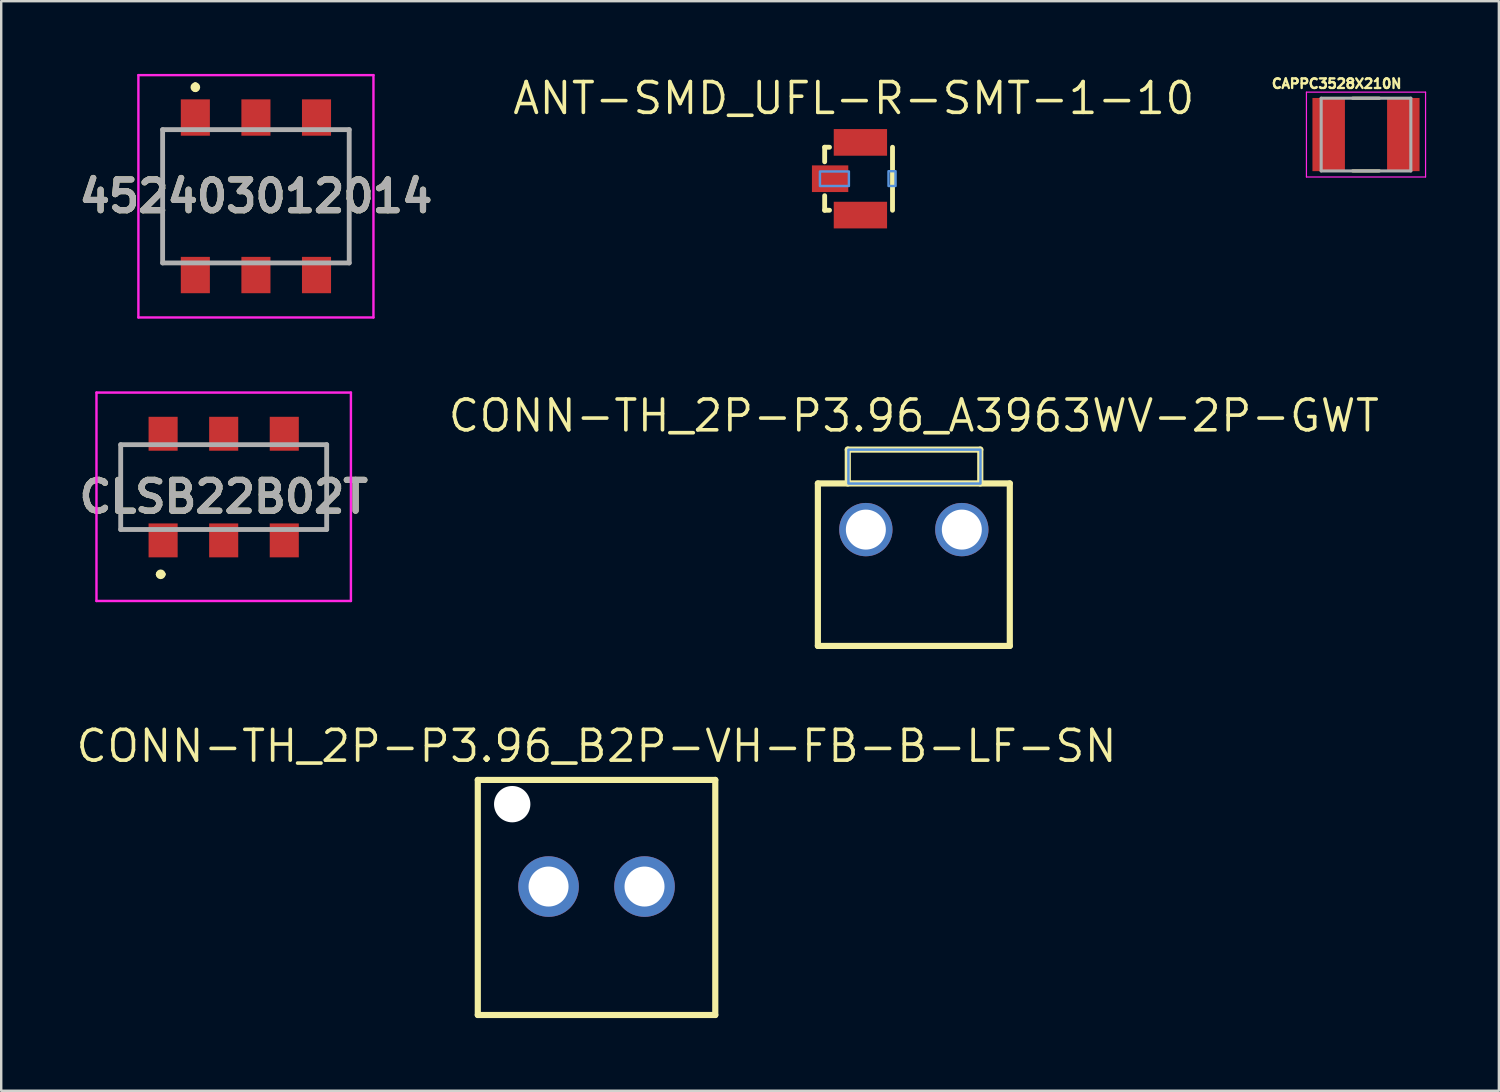
<source format=kicad_pcb>
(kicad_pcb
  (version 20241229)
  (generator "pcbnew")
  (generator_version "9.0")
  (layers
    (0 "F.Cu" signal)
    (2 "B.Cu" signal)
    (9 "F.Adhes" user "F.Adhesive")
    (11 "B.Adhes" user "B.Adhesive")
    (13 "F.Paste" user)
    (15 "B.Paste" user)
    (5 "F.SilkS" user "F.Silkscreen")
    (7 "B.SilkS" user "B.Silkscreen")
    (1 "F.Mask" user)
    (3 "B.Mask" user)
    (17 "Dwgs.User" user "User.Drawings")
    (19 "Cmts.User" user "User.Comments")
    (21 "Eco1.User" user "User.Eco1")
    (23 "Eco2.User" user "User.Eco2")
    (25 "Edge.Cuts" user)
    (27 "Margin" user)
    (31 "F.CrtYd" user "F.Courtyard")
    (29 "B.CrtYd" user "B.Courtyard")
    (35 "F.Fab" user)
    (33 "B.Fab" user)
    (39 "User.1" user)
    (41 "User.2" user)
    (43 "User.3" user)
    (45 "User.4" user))
  (footprint "CONN-TH_2P-P3.96_B2P-VH-FB-B-LF-SN"
    (layer "F.Cu")
    (at 21.567 33.535)
    (property "Reference" "CONN-TH_2P-P3.96_B2P-VH-FB-B-LF-SN" (at 0 -5.797 0) (layer "F.SilkS") (effects (font (size 1.27 1.27) (thickness 0.15))))
    (attr through_hole)
    (fp_line (start -4.9 -4.4) (end -4.9 5.3) (stroke (width 0.254) (type solid)) (layer "F.SilkS"))
    (fp_line (start -4.9 -4.4) (end 4.9 -4.4) (stroke (width 0.254) (type solid)) (layer "F.SilkS"))
    (fp_line (start -4.9 5.3) (end 4.9 5.3) (stroke (width 0.254) (type solid)) (layer "F.SilkS"))
    (fp_line (start 4.9 -4.4) (end 4.9 5.3) (stroke (width 0.254) (type solid)) (layer "F.SilkS"))
    (fp_text user "" (at 0 0 0) (layer "Cmts.User") (effects (font (size 1 1) (thickness 0.15))))
    (pad "" np_thru_hole circle (at -3.48 -3.4) (size 1.5 1.5) (drill 1.5) (layers "*.Cu" "*.Mask"))
    (pad "1" thru_hole circle (at -1.98 0) (size 2.5 2.5) (drill 1.65) (layers "*.Cu" "*.Paste" "*.Mask"))
    (pad "2" thru_hole circle (at 1.98 0) (size 2.5 2.5) (drill 1.65) (layers "*.Cu" "*.Paste" "*.Mask")))
  (footprint "CONN-TH_2P-P3.96_A3963WV-2P-GWT"
    (layer "F.Cu")
    (at 34.661 18.805)
    (property "Reference" "CONN-TH_2P-P3.96_A3963WV-2P-GWT" (at 0 -4.699 0) (layer "F.SilkS") (effects (font (size 1.27 1.27) (thickness 0.15))))
    (attr through_hole)
    (fp_line (start -3.96 4.8) (end -3.96 -1.905) (stroke (width 0.254) (type solid)) (layer "F.SilkS"))
    (fp_line (start -2.726 -3.302) (end 2.742 -3.302) (stroke (width 0.254) (type solid)) (layer "F.SilkS"))
    (fp_line (start -2.726 -1.905) (end -2.726 -3.302) (stroke (width 0.254) (type solid)) (layer "F.SilkS"))
    (fp_line (start 2.742 -3.302) (end 2.742 -1.905) (stroke (width 0.254) (type solid)) (layer "F.SilkS"))
    (fp_line (start 3.96 -1.905) (end -3.96 -1.905) (stroke (width 0.254) (type solid)) (layer "F.SilkS"))
    (fp_line (start 3.96 4.8) (end -3.96 4.8) (stroke (width 0.254) (type solid)) (layer "F.SilkS"))
    (fp_line (start 3.96 4.8) (end 3.96 -1.905) (stroke (width 0.254) (type solid)) (layer "F.SilkS"))
    (fp_poly (pts (xy -2.7 -1.9) (xy 2.75 -1.9) (xy 2.75 -3.3) (xy -2.7 -3.3)) (stroke (width 0.1) (type solid)) (fill no) (layer "Cmts.User"))
    (fp_text user "" (at 0 0 0) (layer "Cmts.User") (effects (font (size 1 1) (thickness 0.15))))
    (pad "1" thru_hole circle (at -1.98 0) (size 2.2 2.2) (drill 1.65) (layers "*.Cu" "*.Paste" "*.Mask"))
    (pad "2" thru_hole circle (at 1.98 0) (size 2.2 2.2) (drill 1.65) (layers "*.Cu" "*.Paste" "*.Mask")))
  (footprint "ANT-SMD_UFL-R-SMT-1-10"
    (layer "F.Cu")
    (at 31.831 4.326)
    (property "Reference" "ANT-SMD_UFL-R-SMT-1-10" (at 0.35 -3.32 0) (layer "F.SilkS") (effects (font (size 1.27 1.27) (thickness 0.15))))
    (attr smd)
    (fp_line (start -0.85 -1.3) (end -0.65 -1.3) (stroke (width 0.2) (type solid)) (layer "F.SilkS"))
    (fp_line (start -0.85 -0.7) (end -0.85 -1.3) (stroke (width 0.2) (type solid)) (layer "F.SilkS"))
    (fp_line (start -0.85 1.3) (end -0.85 0.7) (stroke (width 0.2) (type solid)) (layer "F.SilkS"))
    (fp_line (start -0.65 1.3) (end -0.85 1.3) (stroke (width 0.2) (type solid)) (layer "F.SilkS"))
    (fp_line (start 1.95 -1.3) (end 1.95 1.3) (stroke (width 0.2) (type solid)) (layer "F.SilkS"))
    (fp_poly (pts (xy -1.045 0.3) (xy -1.045 -0.3) (xy 0.15 -0.3) (xy 0.15 0.3)) (stroke (width 0.1) (type solid)) (fill no) (layer "Cmts.User"))
    (fp_poly (pts (xy 2.076 -0.312) (xy 2.076 0.3) (xy 1.785 0.3) (xy 1.784 -0.312) (xy 2.076 -0.312)) (stroke (width 0.1) (type solid)) (fill no) (layer "Cmts.User"))
    (fp_text user "" (at 0 0 0) (layer "Cmts.User") (effects (font (size 1 1) (thickness 0.15))))
    (pad "1" smd rect (at 0.625 -1.5 270) (size 1.1 2.2) (layers "F.Cu" "F.Mask" "F.Paste"))
    (pad "2" smd rect (at -0.625 -0.001) (size 1.5 1.1) (layers "F.Cu" "F.Mask" "F.Paste"))
    (pad "3" smd rect (at 0.625 1.5 270) (size 1.1 2.2) (layers "F.Cu" "F.Mask" "F.Paste")))
  (footprint "CAPPC3528X210N"
    (layer "F.Cu")
    (at 53.32 2.503)
    (property "Reference" "CAPPC3528X210N" (at -1.21 -2.1 0) (layer "F.SilkS") (effects (font (size 0.394 0.394) (thickness 0.15))))
    (attr smd)
    (fp_line (start -0.55 -1.5) (end 0.55 -1.5) (stroke (width 0.127) (type solid)) (layer "F.SilkS"))
    (fp_line (start -0.55 1.5) (end 0.55 1.5) (stroke (width 0.127) (type solid)) (layer "F.SilkS"))
    (fp_line (start -2.458 -1.75) (end 2.458 -1.75) (stroke (width 0.05) (type solid)) (layer "F.CrtYd"))
    (fp_line (start -2.458 1.75) (end -2.458 -1.75) (stroke (width 0.05) (type solid)) (layer "F.CrtYd"))
    (fp_line (start -2.458 1.75) (end 2.458 1.75) (stroke (width 0.05) (type solid)) (layer "F.CrtYd"))
    (fp_line (start 2.458 1.75) (end 2.458 -1.75) (stroke (width 0.05) (type solid)) (layer "F.CrtYd"))
    (fp_line (start -1.85 1.5) (end -1.85 -1.5) (stroke (width 0.127) (type solid)) (layer "F.Fab"))
    (fp_line (start 1.85 -1.5) (end -1.85 -1.5) (stroke (width 0.127) (type solid)) (layer "F.Fab"))
    (fp_line (start 1.85 1.5) (end -1.85 1.5) (stroke (width 0.127) (type solid)) (layer "F.Fab"))
    (fp_line (start 1.85 1.5) (end 1.85 -1.5) (stroke (width 0.127) (type solid)) (layer "F.Fab"))
    (pad "1" smd rect (at -1.54 0) (size 1.34 3.02) (layers "F.Cu" "F.Mask" "F.Paste"))
    (pad "2" smd rect (at 1.54 0) (size 1.34 3.02) (layers "F.Cu" "F.Mask" "F.Paste")))
  (footprint "CLSB22B02T"
    (layer "F.Cu")
    (at 6.181 17.05)
    (property "Reference" "CLSB22B02T" (at 0 0.4 0) (layer "F.SilkS") (effects (font (size 1.27 1.27) (thickness 0.254))))
    (attr smd)
    (fp_line (start -4.25 -1.75) (end -4.25 1.75) (stroke (width 0.1) (type solid)) (layer "F.SilkS"))
    (fp_line (start -2.7 3.6) (end -2.7 3.6) (stroke (width 0.2) (type solid)) (layer "F.SilkS"))
    (fp_line (start -2.5 3.6) (end -2.5 3.6) (stroke (width 0.2) (type solid)) (layer "F.SilkS"))
    (fp_line (start 4.25 -1.75) (end 4.25 1.75) (stroke (width 0.1) (type solid)) (layer "F.SilkS"))
    (fp_arc (start -2.7 3.6) (mid -2.6 3.5) (end -2.5 3.6) (stroke (width 0.2) (type solid)) (layer "F.SilkS"))
    (fp_arc (start -2.5 3.6) (mid -2.6 3.7) (end -2.7 3.6) (stroke (width 0.2) (type solid)) (layer "F.SilkS"))
    (fp_line (start -5.25 -3.9) (end 5.25 -3.9) (stroke (width 0.1) (type solid)) (layer "F.CrtYd"))
    (fp_line (start -5.25 4.7) (end -5.25 -3.9) (stroke (width 0.1) (type solid)) (layer "F.CrtYd"))
    (fp_line (start 5.25 -3.9) (end 5.25 4.7) (stroke (width 0.1) (type solid)) (layer "F.CrtYd"))
    (fp_line (start 5.25 4.7) (end -5.25 4.7) (stroke (width 0.1) (type solid)) (layer "F.CrtYd"))
    (fp_line (start -4.25 -1.75) (end 4.25 -1.75) (stroke (width 0.2) (type solid)) (layer "F.Fab"))
    (fp_line (start -4.25 1.75) (end -4.25 -1.75) (stroke (width 0.2) (type solid)) (layer "F.Fab"))
    (fp_line (start 4.25 -1.75) (end 4.25 1.75) (stroke (width 0.2) (type solid)) (layer "F.Fab"))
    (fp_line (start 4.25 1.75) (end -4.25 1.75) (stroke (width 0.2) (type solid)) (layer "F.Fab"))
    (fp_text user "${REFERENCE}" (at 0 0.4 0) (layer "F.Fab") (effects (font (size 1.27 1.27) (thickness 0.254))))
    (pad "1" smd rect (at -2.5 2.2) (size 1.2 1.4) (layers "F.Cu" "F.Mask" "F.Paste"))
    (pad "2" smd rect (at 0 2.2) (size 1.2 1.4) (layers "F.Cu" "F.Mask" "F.Paste"))
    (pad "3" smd rect (at 2.5 2.2) (size 1.2 1.4) (layers "F.Cu" "F.Mask" "F.Paste"))
    (pad "4" smd rect (at -2.5 -2.2) (size 1.2 1.4) (layers "F.Cu" "F.Mask" "F.Paste"))
    (pad "5" smd rect (at 0 -2.2) (size 1.2 1.4) (layers "F.Cu" "F.Mask" "F.Paste"))
    (pad "6" smd rect (at 2.5 -2.2) (size 1.2 1.4) (layers "F.Cu" "F.Mask" "F.Paste")))
  (footprint "452403012014"
    (layer "F.Cu")
    (at 7.511 5.05)
    (property "Reference" "452403012014" (at 0 0 0) (layer "F.SilkS") (effects (font (size 1.27 1.27) (thickness 0.254))))
    (attr smd)
    (fp_line (start -3.85 2.75) (end -3.85 -2.75) (stroke (width 0.1) (type solid)) (layer "F.SilkS"))
    (fp_line (start -2.5 -4.6) (end -2.5 -4.6) (stroke (width 0.2) (type solid)) (layer "F.SilkS"))
    (fp_line (start -2.5 -4.4) (end -2.5 -4.4) (stroke (width 0.2) (type solid)) (layer "F.SilkS"))
    (fp_line (start 3.85 2.75) (end 3.85 -2.75) (stroke (width 0.1) (type solid)) (layer "F.SilkS"))
    (fp_arc (start -2.5 -4.6) (mid -2.4 -4.5) (end -2.5 -4.4) (stroke (width 0.2) (type solid)) (layer "F.SilkS"))
    (fp_arc (start -2.5 -4.4) (mid -2.6 -4.5) (end -2.5 -4.6) (stroke (width 0.2) (type solid)) (layer "F.SilkS"))
    (fp_line (start -4.85 -5) (end 4.85 -5) (stroke (width 0.1) (type solid)) (layer "F.CrtYd"))
    (fp_line (start -4.85 5) (end -4.85 -5) (stroke (width 0.1) (type solid)) (layer "F.CrtYd"))
    (fp_line (start 4.85 -5) (end 4.85 5) (stroke (width 0.1) (type solid)) (layer "F.CrtYd"))
    (fp_line (start 4.85 5) (end -4.85 5) (stroke (width 0.1) (type solid)) (layer "F.CrtYd"))
    (fp_line (start -3.85 -2.75) (end 3.85 -2.75) (stroke (width 0.2) (type solid)) (layer "F.Fab"))
    (fp_line (start -3.85 2.75) (end -3.85 -2.75) (stroke (width 0.2) (type solid)) (layer "F.Fab"))
    (fp_line (start 3.85 -2.75) (end 3.85 2.75) (stroke (width 0.2) (type solid)) (layer "F.Fab"))
    (fp_line (start 3.85 2.75) (end -3.85 2.75) (stroke (width 0.2) (type solid)) (layer "F.Fab"))
    (fp_text user "${REFERENCE}" (at 0 0 0) (layer "F.Fab") (effects (font (size 1.27 1.27) (thickness 0.254))))
    (pad "1" smd rect (at -2.5 -3.25) (size 1.2 1.5) (layers "F.Cu" "F.Mask" "F.Paste"))
    (pad "2" smd rect (at 0 -3.25) (size 1.2 1.5) (layers "F.Cu" "F.Mask" "F.Paste"))
    (pad "3" smd rect (at 2.5 -3.25) (size 1.2 1.5) (layers "F.Cu" "F.Mask" "F.Paste"))
    (pad "4" smd rect (at -2.5 3.25) (size 1.2 1.5) (layers "F.Cu" "F.Mask" "F.Paste"))
    (pad "5" smd rect (at 0 3.25) (size 1.2 1.5) (layers "F.Cu" "F.Mask" "F.Paste"))
    (pad "6" smd rect (at 2.5 3.25) (size 1.2 1.5) (layers "F.Cu" "F.Mask" "F.Paste")))
  (gr_rect
    (start -3 -3)
    (end 58.803 41.962)
    (stroke (width 0.1) (type default))
    (fill no)
    (layer "Edge.Cuts")))
</source>
